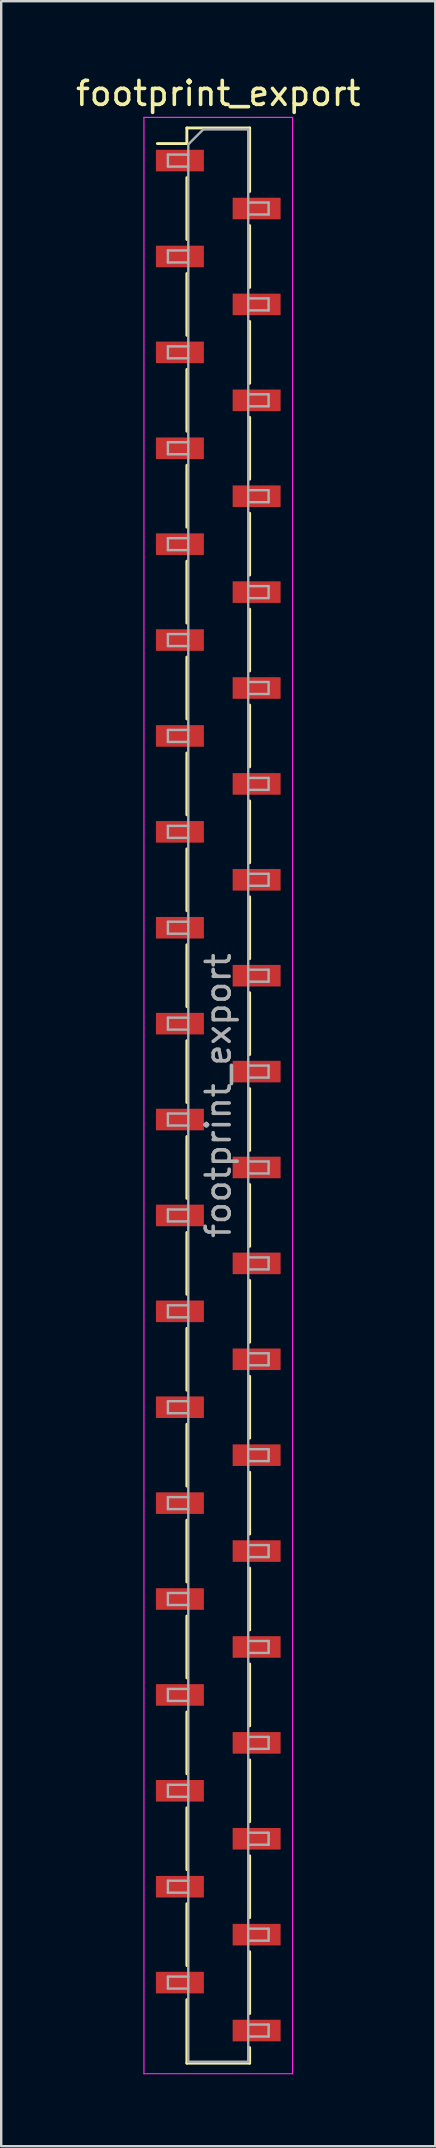
<source format=kicad_pcb>
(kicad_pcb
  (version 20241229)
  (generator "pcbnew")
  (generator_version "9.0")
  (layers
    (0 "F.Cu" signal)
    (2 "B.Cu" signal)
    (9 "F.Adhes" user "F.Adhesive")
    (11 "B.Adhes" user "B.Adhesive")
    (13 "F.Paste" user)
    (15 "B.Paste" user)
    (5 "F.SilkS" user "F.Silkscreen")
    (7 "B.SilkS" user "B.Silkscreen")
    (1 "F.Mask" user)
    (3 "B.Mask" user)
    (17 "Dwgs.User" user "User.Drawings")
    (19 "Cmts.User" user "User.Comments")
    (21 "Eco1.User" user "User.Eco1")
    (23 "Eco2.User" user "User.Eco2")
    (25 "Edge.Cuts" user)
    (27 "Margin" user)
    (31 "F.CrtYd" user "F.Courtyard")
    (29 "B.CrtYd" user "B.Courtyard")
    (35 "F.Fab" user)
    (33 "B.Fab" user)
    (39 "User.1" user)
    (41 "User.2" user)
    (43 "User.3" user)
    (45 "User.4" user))
  (footprint "footprint_export"
    (layer "F.Cu")
    (at 6.054 42.648)
    (property "Reference" "footprint_export" (at 0 -41.8 0) (layer "F.SilkS") (effects (font (size 1 1) (thickness 0.15))))
    (attr smd)
    (fp_line (start -2.54 -39.71) (end -1.31 -39.71) (stroke (width 0.12) (type solid)) (layer "F.SilkS"))
    (fp_line (start -1.31 -40.36) (end -1.31 -39.71) (stroke (width 0.12) (type solid)) (layer "F.SilkS"))
    (fp_line (start -1.31 -40.36) (end 1.31 -40.36) (stroke (width 0.12) (type solid)) (layer "F.SilkS"))
    (fp_line (start -1.31 -38.29) (end -1.31 -35.71) (stroke (width 0.12) (type solid)) (layer "F.SilkS"))
    (fp_line (start -1.31 -34.29) (end -1.31 -31.71) (stroke (width 0.12) (type solid)) (layer "F.SilkS"))
    (fp_line (start -1.31 -30.29) (end -1.31 -27.71) (stroke (width 0.12) (type solid)) (layer "F.SilkS"))
    (fp_line (start -1.31 -26.29) (end -1.31 -23.71) (stroke (width 0.12) (type solid)) (layer "F.SilkS"))
    (fp_line (start -1.31 -22.29) (end -1.31 -19.71) (stroke (width 0.12) (type solid)) (layer "F.SilkS"))
    (fp_line (start -1.31 -18.29) (end -1.31 -15.71) (stroke (width 0.12) (type solid)) (layer "F.SilkS"))
    (fp_line (start -1.31 -14.29) (end -1.31 -11.71) (stroke (width 0.12) (type solid)) (layer "F.SilkS"))
    (fp_line (start -1.31 -10.29) (end -1.31 -7.71) (stroke (width 0.12) (type solid)) (layer "F.SilkS"))
    (fp_line (start -1.31 -6.29) (end -1.31 -3.71) (stroke (width 0.12) (type solid)) (layer "F.SilkS"))
    (fp_line (start -1.31 -2.29) (end -1.31 0.29) (stroke (width 0.12) (type solid)) (layer "F.SilkS"))
    (fp_line (start -1.31 1.71) (end -1.31 4.29) (stroke (width 0.12) (type solid)) (layer "F.SilkS"))
    (fp_line (start -1.31 5.71) (end -1.31 8.29) (stroke (width 0.12) (type solid)) (layer "F.SilkS"))
    (fp_line (start -1.31 9.71) (end -1.31 12.29) (stroke (width 0.12) (type solid)) (layer "F.SilkS"))
    (fp_line (start -1.31 13.71) (end -1.31 16.29) (stroke (width 0.12) (type solid)) (layer "F.SilkS"))
    (fp_line (start -1.31 17.71) (end -1.31 20.29) (stroke (width 0.12) (type solid)) (layer "F.SilkS"))
    (fp_line (start -1.31 21.71) (end -1.31 24.29) (stroke (width 0.12) (type solid)) (layer "F.SilkS"))
    (fp_line (start -1.31 25.71) (end -1.31 28.29) (stroke (width 0.12) (type solid)) (layer "F.SilkS"))
    (fp_line (start -1.31 29.71) (end -1.31 32.29) (stroke (width 0.12) (type solid)) (layer "F.SilkS"))
    (fp_line (start -1.31 33.71) (end -1.31 36.29) (stroke (width 0.12) (type solid)) (layer "F.SilkS"))
    (fp_line (start -1.31 37.71) (end -1.31 40.36) (stroke (width 0.12) (type solid)) (layer "F.SilkS"))
    (fp_line (start -1.31 40.36) (end 1.31 40.36) (stroke (width 0.12) (type solid)) (layer "F.SilkS"))
    (fp_line (start 1.31 -40.36) (end 1.31 -37.71) (stroke (width 0.12) (type solid)) (layer "F.SilkS"))
    (fp_line (start 1.31 -36.29) (end 1.31 -33.71) (stroke (width 0.12) (type solid)) (layer "F.SilkS"))
    (fp_line (start 1.31 -32.29) (end 1.31 -29.71) (stroke (width 0.12) (type solid)) (layer "F.SilkS"))
    (fp_line (start 1.31 -28.29) (end 1.31 -25.71) (stroke (width 0.12) (type solid)) (layer "F.SilkS"))
    (fp_line (start 1.31 -24.29) (end 1.31 -21.71) (stroke (width 0.12) (type solid)) (layer "F.SilkS"))
    (fp_line (start 1.31 -20.29) (end 1.31 -17.71) (stroke (width 0.12) (type solid)) (layer "F.SilkS"))
    (fp_line (start 1.31 -16.29) (end 1.31 -13.71) (stroke (width 0.12) (type solid)) (layer "F.SilkS"))
    (fp_line (start 1.31 -12.29) (end 1.31 -9.71) (stroke (width 0.12) (type solid)) (layer "F.SilkS"))
    (fp_line (start 1.31 -8.29) (end 1.31 -5.71) (stroke (width 0.12) (type solid)) (layer "F.SilkS"))
    (fp_line (start 1.31 -4.29) (end 1.31 -1.71) (stroke (width 0.12) (type solid)) (layer "F.SilkS"))
    (fp_line (start 1.31 -0.29) (end 1.31 2.29) (stroke (width 0.12) (type solid)) (layer "F.SilkS"))
    (fp_line (start 1.31 3.71) (end 1.31 6.29) (stroke (width 0.12) (type solid)) (layer "F.SilkS"))
    (fp_line (start 1.31 7.71) (end 1.31 10.29) (stroke (width 0.12) (type solid)) (layer "F.SilkS"))
    (fp_line (start 1.31 11.71) (end 1.31 14.29) (stroke (width 0.12) (type solid)) (layer "F.SilkS"))
    (fp_line (start 1.31 15.71) (end 1.31 18.29) (stroke (width 0.12) (type solid)) (layer "F.SilkS"))
    (fp_line (start 1.31 19.71) (end 1.31 22.29) (stroke (width 0.12) (type solid)) (layer "F.SilkS"))
    (fp_line (start 1.31 23.71) (end 1.31 26.29) (stroke (width 0.12) (type solid)) (layer "F.SilkS"))
    (fp_line (start 1.31 27.71) (end 1.31 30.29) (stroke (width 0.12) (type solid)) (layer "F.SilkS"))
    (fp_line (start 1.31 31.71) (end 1.31 34.29) (stroke (width 0.12) (type solid)) (layer "F.SilkS"))
    (fp_line (start 1.31 35.71) (end 1.31 38.29) (stroke (width 0.12) (type solid)) (layer "F.SilkS"))
    (fp_line (start 1.31 39.71) (end 1.31 40.36) (stroke (width 0.12) (type solid)) (layer "F.SilkS"))
    (fp_line (start -3.1 -40.8) (end 3.1 -40.8) (stroke (width 0.05) (type solid)) (layer "F.CrtYd"))
    (fp_line (start -3.1 40.8) (end -3.1 -40.8) (stroke (width 0.05) (type solid)) (layer "F.CrtYd"))
    (fp_line (start 3.1 -40.8) (end 3.1 40.8) (stroke (width 0.05) (type solid)) (layer "F.CrtYd"))
    (fp_line (start 3.1 40.8) (end -3.1 40.8) (stroke (width 0.05) (type solid)) (layer "F.CrtYd"))
    (fp_line (start -2.1 -39.25) (end -1.25 -39.25) (stroke (width 0.1) (type solid)) (layer "F.Fab"))
    (fp_line (start -2.1 -38.75) (end -2.1 -39.25) (stroke (width 0.1) (type solid)) (layer "F.Fab"))
    (fp_line (start -2.1 -35.25) (end -1.25 -35.25) (stroke (width 0.1) (type solid)) (layer "F.Fab"))
    (fp_line (start -2.1 -34.75) (end -2.1 -35.25) (stroke (width 0.1) (type solid)) (layer "F.Fab"))
    (fp_line (start -2.1 -31.25) (end -1.25 -31.25) (stroke (width 0.1) (type solid)) (layer "F.Fab"))
    (fp_line (start -2.1 -30.75) (end -2.1 -31.25) (stroke (width 0.1) (type solid)) (layer "F.Fab"))
    (fp_line (start -2.1 -27.25) (end -1.25 -27.25) (stroke (width 0.1) (type solid)) (layer "F.Fab"))
    (fp_line (start -2.1 -26.75) (end -2.1 -27.25) (stroke (width 0.1) (type solid)) (layer "F.Fab"))
    (fp_line (start -2.1 -23.25) (end -1.25 -23.25) (stroke (width 0.1) (type solid)) (layer "F.Fab"))
    (fp_line (start -2.1 -22.75) (end -2.1 -23.25) (stroke (width 0.1) (type solid)) (layer "F.Fab"))
    (fp_line (start -2.1 -19.25) (end -1.25 -19.25) (stroke (width 0.1) (type solid)) (layer "F.Fab"))
    (fp_line (start -2.1 -18.75) (end -2.1 -19.25) (stroke (width 0.1) (type solid)) (layer "F.Fab"))
    (fp_line (start -2.1 -15.25) (end -1.25 -15.25) (stroke (width 0.1) (type solid)) (layer "F.Fab"))
    (fp_line (start -2.1 -14.75) (end -2.1 -15.25) (stroke (width 0.1) (type solid)) (layer "F.Fab"))
    (fp_line (start -2.1 -11.25) (end -1.25 -11.25) (stroke (width 0.1) (type solid)) (layer "F.Fab"))
    (fp_line (start -2.1 -10.75) (end -2.1 -11.25) (stroke (width 0.1) (type solid)) (layer "F.Fab"))
    (fp_line (start -2.1 -7.25) (end -1.25 -7.25) (stroke (width 0.1) (type solid)) (layer "F.Fab"))
    (fp_line (start -2.1 -6.75) (end -2.1 -7.25) (stroke (width 0.1) (type solid)) (layer "F.Fab"))
    (fp_line (start -2.1 -3.25) (end -1.25 -3.25) (stroke (width 0.1) (type solid)) (layer "F.Fab"))
    (fp_line (start -2.1 -2.75) (end -2.1 -3.25) (stroke (width 0.1) (type solid)) (layer "F.Fab"))
    (fp_line (start -2.1 0.75) (end -1.25 0.75) (stroke (width 0.1) (type solid)) (layer "F.Fab"))
    (fp_line (start -2.1 1.25) (end -2.1 0.75) (stroke (width 0.1) (type solid)) (layer "F.Fab"))
    (fp_line (start -2.1 4.75) (end -1.25 4.75) (stroke (width 0.1) (type solid)) (layer "F.Fab"))
    (fp_line (start -2.1 5.25) (end -2.1 4.75) (stroke (width 0.1) (type solid)) (layer "F.Fab"))
    (fp_line (start -2.1 8.75) (end -1.25 8.75) (stroke (width 0.1) (type solid)) (layer "F.Fab"))
    (fp_line (start -2.1 9.25) (end -2.1 8.75) (stroke (width 0.1) (type solid)) (layer "F.Fab"))
    (fp_line (start -2.1 12.75) (end -1.25 12.75) (stroke (width 0.1) (type solid)) (layer "F.Fab"))
    (fp_line (start -2.1 13.25) (end -2.1 12.75) (stroke (width 0.1) (type solid)) (layer "F.Fab"))
    (fp_line (start -2.1 16.75) (end -1.25 16.75) (stroke (width 0.1) (type solid)) (layer "F.Fab"))
    (fp_line (start -2.1 17.25) (end -2.1 16.75) (stroke (width 0.1) (type solid)) (layer "F.Fab"))
    (fp_line (start -2.1 20.75) (end -1.25 20.75) (stroke (width 0.1) (type solid)) (layer "F.Fab"))
    (fp_line (start -2.1 21.25) (end -2.1 20.75) (stroke (width 0.1) (type solid)) (layer "F.Fab"))
    (fp_line (start -2.1 24.75) (end -1.25 24.75) (stroke (width 0.1) (type solid)) (layer "F.Fab"))
    (fp_line (start -2.1 25.25) (end -2.1 24.75) (stroke (width 0.1) (type solid)) (layer "F.Fab"))
    (fp_line (start -2.1 28.75) (end -1.25 28.75) (stroke (width 0.1) (type solid)) (layer "F.Fab"))
    (fp_line (start -2.1 29.25) (end -2.1 28.75) (stroke (width 0.1) (type solid)) (layer "F.Fab"))
    (fp_line (start -2.1 32.75) (end -1.25 32.75) (stroke (width 0.1) (type solid)) (layer "F.Fab"))
    (fp_line (start -2.1 33.25) (end -2.1 32.75) (stroke (width 0.1) (type solid)) (layer "F.Fab"))
    (fp_line (start -2.1 36.75) (end -1.25 36.75) (stroke (width 0.1) (type solid)) (layer "F.Fab"))
    (fp_line (start -2.1 37.25) (end -2.1 36.75) (stroke (width 0.1) (type solid)) (layer "F.Fab"))
    (fp_line (start -1.25 -39.675) (end -0.625 -40.3) (stroke (width 0.1) (type solid)) (layer "F.Fab"))
    (fp_line (start -1.25 -38.75) (end -2.1 -38.75) (stroke (width 0.1) (type solid)) (layer "F.Fab"))
    (fp_line (start -1.25 -34.75) (end -2.1 -34.75) (stroke (width 0.1) (type solid)) (layer "F.Fab"))
    (fp_line (start -1.25 -30.75) (end -2.1 -30.75) (stroke (width 0.1) (type solid)) (layer "F.Fab"))
    (fp_line (start -1.25 -26.75) (end -2.1 -26.75) (stroke (width 0.1) (type solid)) (layer "F.Fab"))
    (fp_line (start -1.25 -22.75) (end -2.1 -22.75) (stroke (width 0.1) (type solid)) (layer "F.Fab"))
    (fp_line (start -1.25 -18.75) (end -2.1 -18.75) (stroke (width 0.1) (type solid)) (layer "F.Fab"))
    (fp_line (start -1.25 -14.75) (end -2.1 -14.75) (stroke (width 0.1) (type solid)) (layer "F.Fab"))
    (fp_line (start -1.25 -10.75) (end -2.1 -10.75) (stroke (width 0.1) (type solid)) (layer "F.Fab"))
    (fp_line (start -1.25 -6.75) (end -2.1 -6.75) (stroke (width 0.1) (type solid)) (layer "F.Fab"))
    (fp_line (start -1.25 -2.75) (end -2.1 -2.75) (stroke (width 0.1) (type solid)) (layer "F.Fab"))
    (fp_line (start -1.25 1.25) (end -2.1 1.25) (stroke (width 0.1) (type solid)) (layer "F.Fab"))
    (fp_line (start -1.25 5.25) (end -2.1 5.25) (stroke (width 0.1) (type solid)) (layer "F.Fab"))
    (fp_line (start -1.25 9.25) (end -2.1 9.25) (stroke (width 0.1) (type solid)) (layer "F.Fab"))
    (fp_line (start -1.25 13.25) (end -2.1 13.25) (stroke (width 0.1) (type solid)) (layer "F.Fab"))
    (fp_line (start -1.25 17.25) (end -2.1 17.25) (stroke (width 0.1) (type solid)) (layer "F.Fab"))
    (fp_line (start -1.25 21.25) (end -2.1 21.25) (stroke (width 0.1) (type solid)) (layer "F.Fab"))
    (fp_line (start -1.25 25.25) (end -2.1 25.25) (stroke (width 0.1) (type solid)) (layer "F.Fab"))
    (fp_line (start -1.25 29.25) (end -2.1 29.25) (stroke (width 0.1) (type solid)) (layer "F.Fab"))
    (fp_line (start -1.25 33.25) (end -2.1 33.25) (stroke (width 0.1) (type solid)) (layer "F.Fab"))
    (fp_line (start -1.25 37.25) (end -2.1 37.25) (stroke (width 0.1) (type solid)) (layer "F.Fab"))
    (fp_line (start -1.25 40.3) (end -1.25 -39.675) (stroke (width 0.1) (type solid)) (layer "F.Fab"))
    (fp_line (start -0.625 -40.3) (end 1.25 -40.3) (stroke (width 0.1) (type solid)) (layer "F.Fab"))
    (fp_line (start 1.25 -40.3) (end 1.25 40.3) (stroke (width 0.1) (type solid)) (layer "F.Fab"))
    (fp_line (start 1.25 -37.25) (end 2.1 -37.25) (stroke (width 0.1) (type solid)) (layer "F.Fab"))
    (fp_line (start 1.25 -33.25) (end 2.1 -33.25) (stroke (width 0.1) (type solid)) (layer "F.Fab"))
    (fp_line (start 1.25 -29.25) (end 2.1 -29.25) (stroke (width 0.1) (type solid)) (layer "F.Fab"))
    (fp_line (start 1.25 -25.25) (end 2.1 -25.25) (stroke (width 0.1) (type solid)) (layer "F.Fab"))
    (fp_line (start 1.25 -21.25) (end 2.1 -21.25) (stroke (width 0.1) (type solid)) (layer "F.Fab"))
    (fp_line (start 1.25 -17.25) (end 2.1 -17.25) (stroke (width 0.1) (type solid)) (layer "F.Fab"))
    (fp_line (start 1.25 -13.25) (end 2.1 -13.25) (stroke (width 0.1) (type solid)) (layer "F.Fab"))
    (fp_line (start 1.25 -9.25) (end 2.1 -9.25) (stroke (width 0.1) (type solid)) (layer "F.Fab"))
    (fp_line (start 1.25 -5.25) (end 2.1 -5.25) (stroke (width 0.1) (type solid)) (layer "F.Fab"))
    (fp_line (start 1.25 -1.25) (end 2.1 -1.25) (stroke (width 0.1) (type solid)) (layer "F.Fab"))
    (fp_line (start 1.25 2.75) (end 2.1 2.75) (stroke (width 0.1) (type solid)) (layer "F.Fab"))
    (fp_line (start 1.25 6.75) (end 2.1 6.75) (stroke (width 0.1) (type solid)) (layer "F.Fab"))
    (fp_line (start 1.25 10.75) (end 2.1 10.75) (stroke (width 0.1) (type solid)) (layer "F.Fab"))
    (fp_line (start 1.25 14.75) (end 2.1 14.75) (stroke (width 0.1) (type solid)) (layer "F.Fab"))
    (fp_line (start 1.25 18.75) (end 2.1 18.75) (stroke (width 0.1) (type solid)) (layer "F.Fab"))
    (fp_line (start 1.25 22.75) (end 2.1 22.75) (stroke (width 0.1) (type solid)) (layer "F.Fab"))
    (fp_line (start 1.25 26.75) (end 2.1 26.75) (stroke (width 0.1) (type solid)) (layer "F.Fab"))
    (fp_line (start 1.25 30.75) (end 2.1 30.75) (stroke (width 0.1) (type solid)) (layer "F.Fab"))
    (fp_line (start 1.25 34.75) (end 2.1 34.75) (stroke (width 0.1) (type solid)) (layer "F.Fab"))
    (fp_line (start 1.25 38.75) (end 2.1 38.75) (stroke (width 0.1) (type solid)) (layer "F.Fab"))
    (fp_line (start 1.25 40.3) (end -1.25 40.3) (stroke (width 0.1) (type solid)) (layer "F.Fab"))
    (fp_line (start 2.1 -37.25) (end 2.1 -36.75) (stroke (width 0.1) (type solid)) (layer "F.Fab"))
    (fp_line (start 2.1 -36.75) (end 1.25 -36.75) (stroke (width 0.1) (type solid)) (layer "F.Fab"))
    (fp_line (start 2.1 -33.25) (end 2.1 -32.75) (stroke (width 0.1) (type solid)) (layer "F.Fab"))
    (fp_line (start 2.1 -32.75) (end 1.25 -32.75) (stroke (width 0.1) (type solid)) (layer "F.Fab"))
    (fp_line (start 2.1 -29.25) (end 2.1 -28.75) (stroke (width 0.1) (type solid)) (layer "F.Fab"))
    (fp_line (start 2.1 -28.75) (end 1.25 -28.75) (stroke (width 0.1) (type solid)) (layer "F.Fab"))
    (fp_line (start 2.1 -25.25) (end 2.1 -24.75) (stroke (width 0.1) (type solid)) (layer "F.Fab"))
    (fp_line (start 2.1 -24.75) (end 1.25 -24.75) (stroke (width 0.1) (type solid)) (layer "F.Fab"))
    (fp_line (start 2.1 -21.25) (end 2.1 -20.75) (stroke (width 0.1) (type solid)) (layer "F.Fab"))
    (fp_line (start 2.1 -20.75) (end 1.25 -20.75) (stroke (width 0.1) (type solid)) (layer "F.Fab"))
    (fp_line (start 2.1 -17.25) (end 2.1 -16.75) (stroke (width 0.1) (type solid)) (layer "F.Fab"))
    (fp_line (start 2.1 -16.75) (end 1.25 -16.75) (stroke (width 0.1) (type solid)) (layer "F.Fab"))
    (fp_line (start 2.1 -13.25) (end 2.1 -12.75) (stroke (width 0.1) (type solid)) (layer "F.Fab"))
    (fp_line (start 2.1 -12.75) (end 1.25 -12.75) (stroke (width 0.1) (type solid)) (layer "F.Fab"))
    (fp_line (start 2.1 -9.25) (end 2.1 -8.75) (stroke (width 0.1) (type solid)) (layer "F.Fab"))
    (fp_line (start 2.1 -8.75) (end 1.25 -8.75) (stroke (width 0.1) (type solid)) (layer "F.Fab"))
    (fp_line (start 2.1 -5.25) (end 2.1 -4.75) (stroke (width 0.1) (type solid)) (layer "F.Fab"))
    (fp_line (start 2.1 -4.75) (end 1.25 -4.75) (stroke (width 0.1) (type solid)) (layer "F.Fab"))
    (fp_line (start 2.1 -1.25) (end 2.1 -0.75) (stroke (width 0.1) (type solid)) (layer "F.Fab"))
    (fp_line (start 2.1 -0.75) (end 1.25 -0.75) (stroke (width 0.1) (type solid)) (layer "F.Fab"))
    (fp_line (start 2.1 2.75) (end 2.1 3.25) (stroke (width 0.1) (type solid)) (layer "F.Fab"))
    (fp_line (start 2.1 3.25) (end 1.25 3.25) (stroke (width 0.1) (type solid)) (layer "F.Fab"))
    (fp_line (start 2.1 6.75) (end 2.1 7.25) (stroke (width 0.1) (type solid)) (layer "F.Fab"))
    (fp_line (start 2.1 7.25) (end 1.25 7.25) (stroke (width 0.1) (type solid)) (layer "F.Fab"))
    (fp_line (start 2.1 10.75) (end 2.1 11.25) (stroke (width 0.1) (type solid)) (layer "F.Fab"))
    (fp_line (start 2.1 11.25) (end 1.25 11.25) (stroke (width 0.1) (type solid)) (layer "F.Fab"))
    (fp_line (start 2.1 14.75) (end 2.1 15.25) (stroke (width 0.1) (type solid)) (layer "F.Fab"))
    (fp_line (start 2.1 15.25) (end 1.25 15.25) (stroke (width 0.1) (type solid)) (layer "F.Fab"))
    (fp_line (start 2.1 18.75) (end 2.1 19.25) (stroke (width 0.1) (type solid)) (layer "F.Fab"))
    (fp_line (start 2.1 19.25) (end 1.25 19.25) (stroke (width 0.1) (type solid)) (layer "F.Fab"))
    (fp_line (start 2.1 22.75) (end 2.1 23.25) (stroke (width 0.1) (type solid)) (layer "F.Fab"))
    (fp_line (start 2.1 23.25) (end 1.25 23.25) (stroke (width 0.1) (type solid)) (layer "F.Fab"))
    (fp_line (start 2.1 26.75) (end 2.1 27.25) (stroke (width 0.1) (type solid)) (layer "F.Fab"))
    (fp_line (start 2.1 27.25) (end 1.25 27.25) (stroke (width 0.1) (type solid)) (layer "F.Fab"))
    (fp_line (start 2.1 30.75) (end 2.1 31.25) (stroke (width 0.1) (type solid)) (layer "F.Fab"))
    (fp_line (start 2.1 31.25) (end 1.25 31.25) (stroke (width 0.1) (type solid)) (layer "F.Fab"))
    (fp_line (start 2.1 34.75) (end 2.1 35.25) (stroke (width 0.1) (type solid)) (layer "F.Fab"))
    (fp_line (start 2.1 35.25) (end 1.25 35.25) (stroke (width 0.1) (type solid)) (layer "F.Fab"))
    (fp_line (start 2.1 38.75) (end 2.1 39.25) (stroke (width 0.1) (type solid)) (layer "F.Fab"))
    (fp_line (start 2.1 39.25) (end 1.25 39.25) (stroke (width 0.1) (type solid)) (layer "F.Fab"))
    (fp_text user "${REFERENCE}" (at 0 0 90) (layer "F.Fab") (effects (font (size 1 1) (thickness 0.15))))
    (pad "1" smd rect (at -1.6 -39) (size 2 0.9) (layers "F.Cu" "F.Mask" "F.Paste"))
    (pad "2" smd rect (at 1.6 -37) (size 2 0.9) (layers "F.Cu" "F.Mask" "F.Paste"))
    (pad "3" smd rect (at -1.6 -35) (size 2 0.9) (layers "F.Cu" "F.Mask" "F.Paste"))
    (pad "4" smd rect (at 1.6 -33) (size 2 0.9) (layers "F.Cu" "F.Mask" "F.Paste"))
    (pad "5" smd rect (at -1.6 -31) (size 2 0.9) (layers "F.Cu" "F.Mask" "F.Paste"))
    (pad "6" smd rect (at 1.6 -29) (size 2 0.9) (layers "F.Cu" "F.Mask" "F.Paste"))
    (pad "7" smd rect (at -1.6 -27) (size 2 0.9) (layers "F.Cu" "F.Mask" "F.Paste"))
    (pad "8" smd rect (at 1.6 -25) (size 2 0.9) (layers "F.Cu" "F.Mask" "F.Paste"))
    (pad "9" smd rect (at -1.6 -23) (size 2 0.9) (layers "F.Cu" "F.Mask" "F.Paste"))
    (pad "10" smd rect (at 1.6 -21) (size 2 0.9) (layers "F.Cu" "F.Mask" "F.Paste"))
    (pad "11" smd rect (at -1.6 -19) (size 2 0.9) (layers "F.Cu" "F.Mask" "F.Paste"))
    (pad "12" smd rect (at 1.6 -17) (size 2 0.9) (layers "F.Cu" "F.Mask" "F.Paste"))
    (pad "13" smd rect (at -1.6 -15) (size 2 0.9) (layers "F.Cu" "F.Mask" "F.Paste"))
    (pad "14" smd rect (at 1.6 -13) (size 2 0.9) (layers "F.Cu" "F.Mask" "F.Paste"))
    (pad "15" smd rect (at -1.6 -11) (size 2 0.9) (layers "F.Cu" "F.Mask" "F.Paste"))
    (pad "16" smd rect (at 1.6 -9) (size 2 0.9) (layers "F.Cu" "F.Mask" "F.Paste"))
    (pad "17" smd rect (at -1.6 -7) (size 2 0.9) (layers "F.Cu" "F.Mask" "F.Paste"))
    (pad "18" smd rect (at 1.6 -5) (size 2 0.9) (layers "F.Cu" "F.Mask" "F.Paste"))
    (pad "19" smd rect (at -1.6 -3) (size 2 0.9) (layers "F.Cu" "F.Mask" "F.Paste"))
    (pad "20" smd rect (at 1.6 -1) (size 2 0.9) (layers "F.Cu" "F.Mask" "F.Paste"))
    (pad "21" smd rect (at -1.6 1) (size 2 0.9) (layers "F.Cu" "F.Mask" "F.Paste"))
    (pad "22" smd rect (at 1.6 3) (size 2 0.9) (layers "F.Cu" "F.Mask" "F.Paste"))
    (pad "23" smd rect (at -1.6 5) (size 2 0.9) (layers "F.Cu" "F.Mask" "F.Paste"))
    (pad "24" smd rect (at 1.6 7) (size 2 0.9) (layers "F.Cu" "F.Mask" "F.Paste"))
    (pad "25" smd rect (at -1.6 9) (size 2 0.9) (layers "F.Cu" "F.Mask" "F.Paste"))
    (pad "26" smd rect (at 1.6 11) (size 2 0.9) (layers "F.Cu" "F.Mask" "F.Paste"))
    (pad "27" smd rect (at -1.6 13) (size 2 0.9) (layers "F.Cu" "F.Mask" "F.Paste"))
    (pad "28" smd rect (at 1.6 15) (size 2 0.9) (layers "F.Cu" "F.Mask" "F.Paste"))
    (pad "29" smd rect (at -1.6 17) (size 2 0.9) (layers "F.Cu" "F.Mask" "F.Paste"))
    (pad "30" smd rect (at 1.6 19) (size 2 0.9) (layers "F.Cu" "F.Mask" "F.Paste"))
    (pad "31" smd rect (at -1.6 21) (size 2 0.9) (layers "F.Cu" "F.Mask" "F.Paste"))
    (pad "32" smd rect (at 1.6 23) (size 2 0.9) (layers "F.Cu" "F.Mask" "F.Paste"))
    (pad "33" smd rect (at -1.6 25) (size 2 0.9) (layers "F.Cu" "F.Mask" "F.Paste"))
    (pad "34" smd rect (at 1.6 27) (size 2 0.9) (layers "F.Cu" "F.Mask" "F.Paste"))
    (pad "35" smd rect (at -1.6 29) (size 2 0.9) (layers "F.Cu" "F.Mask" "F.Paste"))
    (pad "36" smd rect (at 1.6 31) (size 2 0.9) (layers "F.Cu" "F.Mask" "F.Paste"))
    (pad "37" smd rect (at -1.6 33) (size 2 0.9) (layers "F.Cu" "F.Mask" "F.Paste"))
    (pad "38" smd rect (at 1.6 35) (size 2 0.9) (layers "F.Cu" "F.Mask" "F.Paste"))
    (pad "39" smd rect (at -1.6 37) (size 2 0.9) (layers "F.Cu" "F.Mask" "F.Paste"))
    (pad "40" smd rect (at 1.6 39) (size 2 0.9) (layers "F.Cu" "F.Mask" "F.Paste")))
  (gr_rect
    (start -3 -3)
    (end 15.107 86.473)
    (stroke (width 0.1) (type default))
    (fill no)
    (layer "Edge.Cuts")))
</source>
